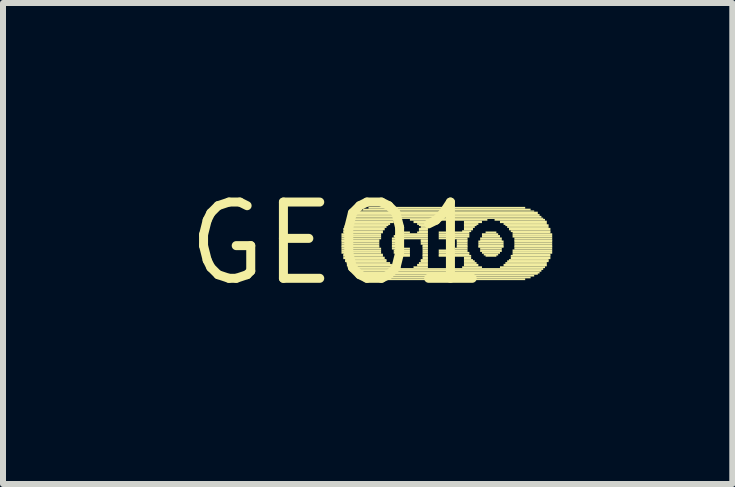
<source format=kicad_pcb>
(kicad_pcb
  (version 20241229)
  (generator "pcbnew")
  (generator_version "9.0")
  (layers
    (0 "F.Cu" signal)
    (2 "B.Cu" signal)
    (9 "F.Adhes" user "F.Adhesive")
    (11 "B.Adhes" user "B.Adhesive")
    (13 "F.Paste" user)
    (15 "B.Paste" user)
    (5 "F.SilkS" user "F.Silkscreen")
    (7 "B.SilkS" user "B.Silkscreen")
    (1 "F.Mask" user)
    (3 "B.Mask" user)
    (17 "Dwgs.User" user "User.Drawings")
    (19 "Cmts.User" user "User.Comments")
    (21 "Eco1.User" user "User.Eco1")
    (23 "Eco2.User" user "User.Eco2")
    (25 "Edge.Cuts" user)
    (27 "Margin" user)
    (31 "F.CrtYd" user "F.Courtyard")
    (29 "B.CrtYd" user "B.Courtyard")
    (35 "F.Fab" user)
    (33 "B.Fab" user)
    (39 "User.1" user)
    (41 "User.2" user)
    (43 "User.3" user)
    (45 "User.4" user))
  (footprint "GEO1"
    (layer "F.Cu")
    (at 2.578 1.006)
    (property "Reference" "GEO1" (at 0 0 0) (layer "F.SilkS") (effects (font (size 1.27 1.27) (thickness 0.15))))
    (fp_poly (pts (xy 0.06 -0.14) (xy 0.72 -0.14) (xy 0.72 -0.17) (xy 0.06 -0.17)) (stroke (width 0) (type default)) (fill yes) (layer "F.SilkS"))
    (fp_poly (pts (xy 0.06 -0.1) (xy 0.72 -0.1) (xy 0.72 -0.14) (xy 0.06 -0.14)) (stroke (width 0) (type default)) (fill yes) (layer "F.SilkS"))
    (fp_poly (pts (xy 0.06 -0.07) (xy 0.72 -0.07) (xy 0.72 -0.1) (xy 0.06 -0.1)) (stroke (width 0) (type default)) (fill yes) (layer "F.SilkS"))
    (fp_poly (pts (xy 0.06 -0.04) (xy 0.69 -0.04) (xy 0.69 -0.07) (xy 0.06 -0.07)) (stroke (width 0) (type default)) (fill yes) (layer "F.SilkS"))
    (fp_poly (pts (xy 0.06 -0.02) (xy 0.69 -0.02) (xy 0.69 -0.05) (xy 0.06 -0.05)) (stroke (width 0) (type default)) (fill yes) (layer "F.SilkS"))
    (fp_poly (pts (xy 0.06 0.02) (xy 0.69 0.02) (xy 0.69 -0.02) (xy 0.06 -0.02)) (stroke (width 0) (type default)) (fill yes) (layer "F.SilkS"))
    (fp_poly (pts (xy 0.06 0.05) (xy 0.69 0.05) (xy 0.69 0.02) (xy 0.06 0.02)) (stroke (width 0) (type default)) (fill yes) (layer "F.SilkS"))
    (fp_poly (pts (xy 0.06 0.07) (xy 0.69 0.07) (xy 0.69 0.04) (xy 0.06 0.04)) (stroke (width 0) (type default)) (fill yes) (layer "F.SilkS"))
    (fp_poly (pts (xy 0.06 0.1) (xy 0.72 0.1) (xy 0.72 0.07) (xy 0.06 0.07)) (stroke (width 0) (type default)) (fill yes) (layer "F.SilkS"))
    (fp_poly (pts (xy 0.06 0.14) (xy 0.72 0.14) (xy 0.72 0.1) (xy 0.06 0.1)) (stroke (width 0) (type default)) (fill yes) (layer "F.SilkS"))
    (fp_poly (pts (xy 0.06 0.17) (xy 0.72 0.17) (xy 0.72 0.14) (xy 0.06 0.14)) (stroke (width 0) (type default)) (fill yes) (layer "F.SilkS"))
    (fp_poly (pts (xy 0.09 -0.22) (xy 0.78 -0.22) (xy 0.78 -0.26) (xy 0.09 -0.26)) (stroke (width 0) (type default)) (fill yes) (layer "F.SilkS"))
    (fp_poly (pts (xy 0.09 -0.19) (xy 0.75 -0.19) (xy 0.75 -0.22) (xy 0.09 -0.22)) (stroke (width 0) (type default)) (fill yes) (layer "F.SilkS"))
    (fp_poly (pts (xy 0.09 -0.17) (xy 0.75 -0.17) (xy 0.75 -0.2) (xy 0.09 -0.2)) (stroke (width 0) (type default)) (fill yes) (layer "F.SilkS"))
    (fp_poly (pts (xy 0.09 0.2) (xy 0.75 0.2) (xy 0.75 0.17) (xy 0.09 0.17)) (stroke (width 0) (type default)) (fill yes) (layer "F.SilkS"))
    (fp_poly (pts (xy 0.09 0.22) (xy 0.75 0.22) (xy 0.75 0.19) (xy 0.09 0.19)) (stroke (width 0) (type default)) (fill yes) (layer "F.SilkS"))
    (fp_poly (pts (xy 0.09 0.26) (xy 0.78 0.26) (xy 0.78 0.22) (xy 0.09 0.22)) (stroke (width 0) (type default)) (fill yes) (layer "F.SilkS"))
    (fp_poly (pts (xy 0.12 -0.29) (xy 0.84 -0.29) (xy 0.84 -0.32) (xy 0.12 -0.32)) (stroke (width 0) (type default)) (fill yes) (layer "F.SilkS"))
    (fp_poly (pts (xy 0.12 -0.26) (xy 0.81 -0.26) (xy 0.81 -0.29) (xy 0.12 -0.29)) (stroke (width 0) (type default)) (fill yes) (layer "F.SilkS"))
    (fp_poly (pts (xy 0.12 0.29) (xy 0.81 0.29) (xy 0.81 0.26) (xy 0.12 0.26)) (stroke (width 0) (type default)) (fill yes) (layer "F.SilkS"))
    (fp_poly (pts (xy 0.12 0.31) (xy 0.81 0.31) (xy 0.81 0.28) (xy 0.12 0.28)) (stroke (width 0) (type default)) (fill yes) (layer "F.SilkS"))
    (fp_poly (pts (xy 0.15 -0.34) (xy 0.93 -0.34) (xy 0.93 -0.38) (xy 0.15 -0.38)) (stroke (width 0) (type default)) (fill yes) (layer "F.SilkS"))
    (fp_poly (pts (xy 0.15 -0.31) (xy 0.87 -0.31) (xy 0.87 -0.34) (xy 0.15 -0.34)) (stroke (width 0) (type default)) (fill yes) (layer "F.SilkS"))
    (fp_poly (pts (xy 0.15 0.34) (xy 0.87 0.34) (xy 0.87 0.31) (xy 0.15 0.31)) (stroke (width 0) (type default)) (fill yes) (layer "F.SilkS"))
    (fp_poly (pts (xy 0.15 0.38) (xy 0.9 0.38) (xy 0.9 0.34) (xy 0.15 0.34)) (stroke (width 0) (type default)) (fill yes) (layer "F.SilkS"))
    (fp_poly (pts (xy 0.18 -0.38) (xy 1.02 -0.38) (xy 1.02 -0.41) (xy 0.18 -0.41)) (stroke (width 0) (type default)) (fill yes) (layer "F.SilkS"))
    (fp_poly (pts (xy 0.18 0.41) (xy 0.96 0.41) (xy 0.96 0.38) (xy 0.18 0.38)) (stroke (width 0) (type default)) (fill yes) (layer "F.SilkS"))
    (fp_poly (pts (xy 0.21 -0.41) (xy 3.42 -0.41) (xy 3.42 -0.43) (xy 0.21 -0.43)) (stroke (width 0) (type default)) (fill yes) (layer "F.SilkS"))
    (fp_poly (pts (xy 0.21 0.44) (xy 3.42 0.44) (xy 3.42 0.41) (xy 0.21 0.41)) (stroke (width 0) (type default)) (fill yes) (layer "F.SilkS"))
    (fp_poly (pts (xy 0.24 -0.43) (xy 3.39 -0.43) (xy 3.39 -0.46) (xy 0.24 -0.46)) (stroke (width 0) (type default)) (fill yes) (layer "F.SilkS"))
    (fp_poly (pts (xy 0.24 0.47) (xy 3.39 0.47) (xy 3.39 0.44) (xy 0.24 0.44)) (stroke (width 0) (type default)) (fill yes) (layer "F.SilkS"))
    (fp_poly (pts (xy 0.27 -0.46) (xy 3.36 -0.46) (xy 3.36 -0.49) (xy 0.27 -0.49)) (stroke (width 0) (type default)) (fill yes) (layer "F.SilkS"))
    (fp_poly (pts (xy 0.27 0.5) (xy 3.36 0.5) (xy 3.36 0.47) (xy 0.27 0.47)) (stroke (width 0) (type default)) (fill yes) (layer "F.SilkS"))
    (fp_poly (pts (xy 0.3 -0.49) (xy 3.33 -0.49) (xy 3.33 -0.53) (xy 0.3 -0.53)) (stroke (width 0) (type default)) (fill yes) (layer "F.SilkS"))
    (fp_poly (pts (xy 0.3 0.52) (xy 3.33 0.52) (xy 3.33 0.49) (xy 0.3 0.49)) (stroke (width 0) (type default)) (fill yes) (layer "F.SilkS"))
    (fp_poly (pts (xy 0.36 -0.53) (xy 3.27 -0.53) (xy 3.27 -0.55) (xy 0.36 -0.55)) (stroke (width 0) (type default)) (fill yes) (layer "F.SilkS"))
    (fp_poly (pts (xy 0.36 0.55) (xy 3.27 0.55) (xy 3.27 0.52) (xy 0.36 0.52)) (stroke (width 0) (type default)) (fill yes) (layer "F.SilkS"))
    (fp_poly (pts (xy 0.42 -0.55) (xy 3.21 -0.55) (xy 3.21 -0.58) (xy 0.42 -0.58)) (stroke (width 0) (type default)) (fill yes) (layer "F.SilkS"))
    (fp_poly (pts (xy 0.42 0.58) (xy 3.21 0.58) (xy 3.21 0.55) (xy 0.42 0.55)) (stroke (width 0) (type default)) (fill yes) (layer "F.SilkS"))
    (fp_poly (pts (xy 0.51 -0.58) (xy 3.12 -0.58) (xy 3.12 -0.61) (xy 0.51 -0.61)) (stroke (width 0) (type default)) (fill yes) (layer "F.SilkS"))
    (fp_poly (pts (xy 0.51 0.61) (xy 3.12 0.61) (xy 3.12 0.58) (xy 0.51 0.58)) (stroke (width 0) (type default)) (fill yes) (layer "F.SilkS"))
    (fp_poly (pts (xy 0.9 -0.07) (xy 1.5 -0.07) (xy 1.5 -0.1) (xy 0.9 -0.1)) (stroke (width 0) (type default)) (fill yes) (layer "F.SilkS"))
    (fp_poly (pts (xy 0.9 -0.04) (xy 1.08 -0.04) (xy 1.08 -0.07) (xy 0.9 -0.07)) (stroke (width 0) (type default)) (fill yes) (layer "F.SilkS"))
    (fp_poly (pts (xy 0.9 -0.02) (xy 1.05 -0.02) (xy 1.05 -0.05) (xy 0.9 -0.05)) (stroke (width 0) (type default)) (fill yes) (layer "F.SilkS"))
    (fp_poly (pts (xy 0.9 0.02) (xy 1.05 0.02) (xy 1.05 -0.02) (xy 0.9 -0.02)) (stroke (width 0) (type default)) (fill yes) (layer "F.SilkS"))
    (fp_poly (pts (xy 0.9 0.05) (xy 1.05 0.05) (xy 1.05 0.02) (xy 0.9 0.02)) (stroke (width 0) (type default)) (fill yes) (layer "F.SilkS"))
    (fp_poly (pts (xy 0.9 0.07) (xy 1.05 0.07) (xy 1.05 0.04) (xy 0.9 0.04)) (stroke (width 0) (type default)) (fill yes) (layer "F.SilkS"))
    (fp_poly (pts (xy 0.9 0.1) (xy 1.2 0.1) (xy 1.2 0.07) (xy 0.9 0.07)) (stroke (width 0) (type default)) (fill yes) (layer "F.SilkS"))
    (fp_poly (pts (xy 0.93 -0.1) (xy 1.5 -0.1) (xy 1.5 -0.14) (xy 0.93 -0.14)) (stroke (width 0) (type default)) (fill yes) (layer "F.SilkS"))
    (fp_poly (pts (xy 0.93 0.14) (xy 1.2 0.14) (xy 1.2 0.1) (xy 0.93 0.1)) (stroke (width 0) (type default)) (fill yes) (layer "F.SilkS"))
    (fp_poly (pts (xy 0.93 0.17) (xy 1.2 0.17) (xy 1.2 0.14) (xy 0.93 0.14)) (stroke (width 0) (type default)) (fill yes) (layer "F.SilkS"))
    (fp_poly (pts (xy 0.96 -0.14) (xy 1.5 -0.14) (xy 1.5 -0.17) (xy 0.96 -0.17)) (stroke (width 0) (type default)) (fill yes) (layer "F.SilkS"))
    (fp_poly (pts (xy 0.96 0.2) (xy 1.2 0.2) (xy 1.2 0.17) (xy 0.96 0.17)) (stroke (width 0) (type default)) (fill yes) (layer "F.SilkS"))
    (fp_poly (pts (xy 0.99 -0.17) (xy 1.2 -0.17) (xy 1.2 -0.2) (xy 0.99 -0.2)) (stroke (width 0) (type default)) (fill yes) (layer "F.SilkS"))
    (fp_poly (pts (xy 1.02 0.22) (xy 1.2 0.22) (xy 1.2 0.19) (xy 1.02 0.19)) (stroke (width 0) (type default)) (fill yes) (layer "F.SilkS"))
    (fp_poly (pts (xy 1.2 -0.38) (xy 2.49 -0.38) (xy 2.49 -0.41) (xy 1.2 -0.41)) (stroke (width 0) (type default)) (fill yes) (layer "F.SilkS"))
    (fp_poly (pts (xy 1.26 -0.34) (xy 1.5 -0.34) (xy 1.5 -0.38) (xy 1.26 -0.38)) (stroke (width 0) (type default)) (fill yes) (layer "F.SilkS"))
    (fp_poly (pts (xy 1.26 0.41) (xy 1.5 0.41) (xy 1.5 0.38) (xy 1.26 0.38)) (stroke (width 0) (type default)) (fill yes) (layer "F.SilkS"))
    (fp_poly (pts (xy 1.32 -0.31) (xy 1.5 -0.31) (xy 1.5 -0.34) (xy 1.32 -0.34)) (stroke (width 0) (type default)) (fill yes) (layer "F.SilkS"))
    (fp_poly (pts (xy 1.32 -0.17) (xy 1.5 -0.17) (xy 1.5 -0.2) (xy 1.32 -0.2)) (stroke (width 0) (type default)) (fill yes) (layer "F.SilkS"))
    (fp_poly (pts (xy 1.32 0.38) (xy 1.5 0.38) (xy 1.5 0.34) (xy 1.32 0.34)) (stroke (width 0) (type default)) (fill yes) (layer "F.SilkS"))
    (fp_poly (pts (xy 1.35 -0.29) (xy 1.5 -0.29) (xy 1.5 -0.32) (xy 1.35 -0.32)) (stroke (width 0) (type default)) (fill yes) (layer "F.SilkS"))
    (fp_poly (pts (xy 1.35 -0.22) (xy 1.5 -0.22) (xy 1.5 -0.26) (xy 1.35 -0.26)) (stroke (width 0) (type default)) (fill yes) (layer "F.SilkS"))
    (fp_poly (pts (xy 1.35 -0.19) (xy 1.5 -0.19) (xy 1.5 -0.22) (xy 1.35 -0.22)) (stroke (width 0) (type default)) (fill yes) (layer "F.SilkS"))
    (fp_poly (pts (xy 1.35 0.34) (xy 1.5 0.34) (xy 1.5 0.31) (xy 1.35 0.31)) (stroke (width 0) (type default)) (fill yes) (layer "F.SilkS"))
    (fp_poly (pts (xy 1.38 -0.26) (xy 1.5 -0.26) (xy 1.5 -0.29) (xy 1.38 -0.29)) (stroke (width 0) (type default)) (fill yes) (layer "F.SilkS"))
    (fp_poly (pts (xy 1.38 -0.04) (xy 1.5 -0.04) (xy 1.5 -0.07) (xy 1.38 -0.07)) (stroke (width 0) (type default)) (fill yes) (layer "F.SilkS"))
    (fp_poly (pts (xy 1.38 -0.02) (xy 1.5 -0.02) (xy 1.5 -0.05) (xy 1.38 -0.05)) (stroke (width 0) (type default)) (fill yes) (layer "F.SilkS"))
    (fp_poly (pts (xy 1.38 0.02) (xy 1.5 0.02) (xy 1.5 -0.02) (xy 1.38 -0.02)) (stroke (width 0) (type default)) (fill yes) (layer "F.SilkS"))
    (fp_poly (pts (xy 1.38 0.29) (xy 1.5 0.29) (xy 1.5 0.26) (xy 1.38 0.26)) (stroke (width 0) (type default)) (fill yes) (layer "F.SilkS"))
    (fp_poly (pts (xy 1.38 0.31) (xy 1.5 0.31) (xy 1.5 0.28) (xy 1.38 0.28)) (stroke (width 0) (type default)) (fill yes) (layer "F.SilkS"))
    (fp_poly (pts (xy 1.41 0.05) (xy 1.5 0.05) (xy 1.5 0.02) (xy 1.41 0.02)) (stroke (width 0) (type default)) (fill yes) (layer "F.SilkS"))
    (fp_poly (pts (xy 1.41 0.07) (xy 1.5 0.07) (xy 1.5 0.04) (xy 1.41 0.04)) (stroke (width 0) (type default)) (fill yes) (layer "F.SilkS"))
    (fp_poly (pts (xy 1.41 0.1) (xy 1.5 0.1) (xy 1.5 0.07) (xy 1.41 0.07)) (stroke (width 0) (type default)) (fill yes) (layer "F.SilkS"))
    (fp_poly (pts (xy 1.41 0.14) (xy 1.5 0.14) (xy 1.5 0.1) (xy 1.41 0.1)) (stroke (width 0) (type default)) (fill yes) (layer "F.SilkS"))
    (fp_poly (pts (xy 1.41 0.17) (xy 1.5 0.17) (xy 1.5 0.14) (xy 1.41 0.14)) (stroke (width 0) (type default)) (fill yes) (layer "F.SilkS"))
    (fp_poly (pts (xy 1.41 0.2) (xy 1.5 0.2) (xy 1.5 0.17) (xy 1.41 0.17)) (stroke (width 0) (type default)) (fill yes) (layer "F.SilkS"))
    (fp_poly (pts (xy 1.41 0.22) (xy 1.5 0.22) (xy 1.5 0.19) (xy 1.41 0.19)) (stroke (width 0) (type default)) (fill yes) (layer "F.SilkS"))
    (fp_poly (pts (xy 1.41 0.26) (xy 1.5 0.26) (xy 1.5 0.22) (xy 1.41 0.22)) (stroke (width 0) (type default)) (fill yes) (layer "F.SilkS"))
    (fp_poly (pts (xy 1.68 -0.17) (xy 2.19 -0.17) (xy 2.19 -0.2) (xy 1.68 -0.2)) (stroke (width 0) (type default)) (fill yes) (layer "F.SilkS"))
    (fp_poly (pts (xy 1.68 -0.14) (xy 2.19 -0.14) (xy 2.19 -0.17) (xy 1.68 -0.17)) (stroke (width 0) (type default)) (fill yes) (layer "F.SilkS"))
    (fp_poly (pts (xy 1.68 -0.1) (xy 2.19 -0.1) (xy 2.19 -0.14) (xy 1.68 -0.14)) (stroke (width 0) (type default)) (fill yes) (layer "F.SilkS"))
    (fp_poly (pts (xy 1.68 -0.07) (xy 2.16 -0.07) (xy 2.16 -0.1) (xy 1.68 -0.1)) (stroke (width 0) (type default)) (fill yes) (layer "F.SilkS"))
    (fp_poly (pts (xy 1.68 0.14) (xy 2.16 0.14) (xy 2.16 0.1) (xy 1.68 0.1)) (stroke (width 0) (type default)) (fill yes) (layer "F.SilkS"))
    (fp_poly (pts (xy 1.68 0.17) (xy 2.19 0.17) (xy 2.19 0.14) (xy 1.68 0.14)) (stroke (width 0) (type default)) (fill yes) (layer "F.SilkS"))
    (fp_poly (pts (xy 1.68 0.2) (xy 2.19 0.2) (xy 2.19 0.17) (xy 1.68 0.17)) (stroke (width 0) (type default)) (fill yes) (layer "F.SilkS"))
    (fp_poly (pts (xy 1.68 0.22) (xy 2.22 0.22) (xy 2.22 0.19) (xy 1.68 0.19)) (stroke (width 0) (type default)) (fill yes) (layer "F.SilkS"))
    (fp_poly (pts (xy 1.95 0.1) (xy 2.16 0.1) (xy 2.16 0.07) (xy 1.95 0.07)) (stroke (width 0) (type default)) (fill yes) (layer "F.SilkS"))
    (fp_poly (pts (xy 1.98 -0.04) (xy 2.16 -0.04) (xy 2.16 -0.07) (xy 1.98 -0.07)) (stroke (width 0) (type default)) (fill yes) (layer "F.SilkS"))
    (fp_poly (pts (xy 1.98 -0.02) (xy 2.16 -0.02) (xy 2.16 -0.05) (xy 1.98 -0.05)) (stroke (width 0) (type default)) (fill yes) (layer "F.SilkS"))
    (fp_poly (pts (xy 1.98 0.02) (xy 2.16 0.02) (xy 2.16 -0.02) (xy 1.98 -0.02)) (stroke (width 0) (type default)) (fill yes) (layer "F.SilkS"))
    (fp_poly (pts (xy 1.98 0.05) (xy 2.16 0.05) (xy 2.16 0.02) (xy 1.98 0.02)) (stroke (width 0) (type default)) (fill yes) (layer "F.SilkS"))
    (fp_poly (pts (xy 1.98 0.07) (xy 2.16 0.07) (xy 2.16 0.04) (xy 1.98 0.04)) (stroke (width 0) (type default)) (fill yes) (layer "F.SilkS"))
    (fp_poly (pts (xy 2.07 -0.19) (xy 2.22 -0.19) (xy 2.22 -0.22) (xy 2.07 -0.22)) (stroke (width 0) (type default)) (fill yes) (layer "F.SilkS"))
    (fp_poly (pts (xy 2.07 0.41) (xy 2.4 0.41) (xy 2.4 0.38) (xy 2.07 0.38)) (stroke (width 0) (type default)) (fill yes) (layer "F.SilkS"))
    (fp_poly (pts (xy 2.1 -0.34) (xy 2.4 -0.34) (xy 2.4 -0.38) (xy 2.1 -0.38)) (stroke (width 0) (type default)) (fill yes) (layer "F.SilkS"))
    (fp_poly (pts (xy 2.1 -0.31) (xy 2.34 -0.31) (xy 2.34 -0.34) (xy 2.1 -0.34)) (stroke (width 0) (type default)) (fill yes) (layer "F.SilkS"))
    (fp_poly (pts (xy 2.1 -0.29) (xy 2.31 -0.29) (xy 2.31 -0.32) (xy 2.1 -0.32)) (stroke (width 0) (type default)) (fill yes) (layer "F.SilkS"))
    (fp_poly (pts (xy 2.1 -0.26) (xy 2.28 -0.26) (xy 2.28 -0.29) (xy 2.1 -0.29)) (stroke (width 0) (type default)) (fill yes) (layer "F.SilkS"))
    (fp_poly (pts (xy 2.1 -0.22) (xy 2.25 -0.22) (xy 2.25 -0.26) (xy 2.1 -0.26)) (stroke (width 0) (type default)) (fill yes) (layer "F.SilkS"))
    (fp_poly (pts (xy 2.1 0.26) (xy 2.22 0.26) (xy 2.22 0.22) (xy 2.1 0.22)) (stroke (width 0) (type default)) (fill yes) (layer "F.SilkS"))
    (fp_poly (pts (xy 2.1 0.29) (xy 2.25 0.29) (xy 2.25 0.26) (xy 2.1 0.26)) (stroke (width 0) (type default)) (fill yes) (layer "F.SilkS"))
    (fp_poly (pts (xy 2.1 0.31) (xy 2.28 0.31) (xy 2.28 0.28) (xy 2.1 0.28)) (stroke (width 0) (type default)) (fill yes) (layer "F.SilkS"))
    (fp_poly (pts (xy 2.1 0.34) (xy 2.31 0.34) (xy 2.31 0.31) (xy 2.1 0.31)) (stroke (width 0) (type default)) (fill yes) (layer "F.SilkS"))
    (fp_poly (pts (xy 2.1 0.38) (xy 2.34 0.38) (xy 2.34 0.34) (xy 2.1 0.34)) (stroke (width 0) (type default)) (fill yes) (layer "F.SilkS"))
    (fp_poly (pts (xy 2.34 -0.02) (xy 2.76 -0.02) (xy 2.76 -0.05) (xy 2.34 -0.05)) (stroke (width 0) (type default)) (fill yes) (layer "F.SilkS"))
    (fp_poly (pts (xy 2.34 0.02) (xy 2.76 0.02) (xy 2.76 -0.02) (xy 2.34 -0.02)) (stroke (width 0) (type default)) (fill yes) (layer "F.SilkS"))
    (fp_poly (pts (xy 2.34 0.05) (xy 2.76 0.05) (xy 2.76 0.02) (xy 2.34 0.02)) (stroke (width 0) (type default)) (fill yes) (layer "F.SilkS"))
    (fp_poly (pts (xy 2.34 0.07) (xy 2.76 0.07) (xy 2.76 0.04) (xy 2.34 0.04)) (stroke (width 0) (type default)) (fill yes) (layer "F.SilkS"))
    (fp_poly (pts (xy 2.37 -0.07) (xy 2.73 -0.07) (xy 2.73 -0.1) (xy 2.37 -0.1)) (stroke (width 0) (type default)) (fill yes) (layer "F.SilkS"))
    (fp_poly (pts (xy 2.37 -0.04) (xy 2.73 -0.04) (xy 2.73 -0.07) (xy 2.37 -0.07)) (stroke (width 0) (type default)) (fill yes) (layer "F.SilkS"))
    (fp_poly (pts (xy 2.37 0.1) (xy 2.73 0.1) (xy 2.73 0.07) (xy 2.37 0.07)) (stroke (width 0) (type default)) (fill yes) (layer "F.SilkS"))
    (fp_poly (pts (xy 2.37 0.14) (xy 2.73 0.14) (xy 2.73 0.1) (xy 2.37 0.1)) (stroke (width 0) (type default)) (fill yes) (layer "F.SilkS"))
    (fp_poly (pts (xy 2.4 -0.14) (xy 2.67 -0.14) (xy 2.67 -0.17) (xy 2.4 -0.17)) (stroke (width 0) (type default)) (fill yes) (layer "F.SilkS"))
    (fp_poly (pts (xy 2.4 -0.1) (xy 2.7 -0.1) (xy 2.7 -0.14) (xy 2.4 -0.14)) (stroke (width 0) (type default)) (fill yes) (layer "F.SilkS"))
    (fp_poly (pts (xy 2.4 0.17) (xy 2.7 0.17) (xy 2.7 0.14) (xy 2.4 0.14)) (stroke (width 0) (type default)) (fill yes) (layer "F.SilkS"))
    (fp_poly (pts (xy 2.43 0.2) (xy 2.67 0.2) (xy 2.67 0.17) (xy 2.43 0.17)) (stroke (width 0) (type default)) (fill yes) (layer "F.SilkS"))
    (fp_poly (pts (xy 2.46 -0.17) (xy 2.64 -0.17) (xy 2.64 -0.2) (xy 2.46 -0.2)) (stroke (width 0) (type default)) (fill yes) (layer "F.SilkS"))
    (fp_poly (pts (xy 2.46 0.22) (xy 2.64 0.22) (xy 2.64 0.19) (xy 2.46 0.19)) (stroke (width 0) (type default)) (fill yes) (layer "F.SilkS"))
    (fp_poly (pts (xy 2.61 -0.38) (xy 3.45 -0.38) (xy 3.45 -0.41) (xy 2.61 -0.41)) (stroke (width 0) (type default)) (fill yes) (layer "F.SilkS"))
    (fp_poly (pts (xy 2.7 -0.34) (xy 3.48 -0.34) (xy 3.48 -0.38) (xy 2.7 -0.38)) (stroke (width 0) (type default)) (fill yes) (layer "F.SilkS"))
    (fp_poly (pts (xy 2.7 0.41) (xy 3.45 0.41) (xy 3.45 0.38) (xy 2.7 0.38)) (stroke (width 0) (type default)) (fill yes) (layer "F.SilkS"))
    (fp_poly (pts (xy 2.76 -0.31) (xy 3.48 -0.31) (xy 3.48 -0.34) (xy 2.76 -0.34)) (stroke (width 0) (type default)) (fill yes) (layer "F.SilkS"))
    (fp_poly (pts (xy 2.76 0.38) (xy 3.48 0.38) (xy 3.48 0.34) (xy 2.76 0.34)) (stroke (width 0) (type default)) (fill yes) (layer "F.SilkS"))
    (fp_poly (pts (xy 2.79 -0.29) (xy 3.51 -0.29) (xy 3.51 -0.32) (xy 2.79 -0.32)) (stroke (width 0) (type default)) (fill yes) (layer "F.SilkS"))
    (fp_poly (pts (xy 2.79 0.34) (xy 3.48 0.34) (xy 3.48 0.31) (xy 2.79 0.31)) (stroke (width 0) (type default)) (fill yes) (layer "F.SilkS"))
    (fp_poly (pts (xy 2.82 -0.26) (xy 3.51 -0.26) (xy 3.51 -0.29) (xy 2.82 -0.29)) (stroke (width 0) (type default)) (fill yes) (layer "F.SilkS"))
    (fp_poly (pts (xy 2.82 0.31) (xy 3.51 0.31) (xy 3.51 0.28) (xy 2.82 0.28)) (stroke (width 0) (type default)) (fill yes) (layer "F.SilkS"))
    (fp_poly (pts (xy 2.85 -0.22) (xy 3.54 -0.22) (xy 3.54 -0.26) (xy 2.85 -0.26)) (stroke (width 0) (type default)) (fill yes) (layer "F.SilkS"))
    (fp_poly (pts (xy 2.85 0.29) (xy 3.51 0.29) (xy 3.51 0.26) (xy 2.85 0.26)) (stroke (width 0) (type default)) (fill yes) (layer "F.SilkS"))
    (fp_poly (pts (xy 2.88 -0.19) (xy 3.54 -0.19) (xy 3.54 -0.22) (xy 2.88 -0.22)) (stroke (width 0) (type default)) (fill yes) (layer "F.SilkS"))
    (fp_poly (pts (xy 2.88 0.22) (xy 3.54 0.22) (xy 3.54 0.19) (xy 2.88 0.19)) (stroke (width 0) (type default)) (fill yes) (layer "F.SilkS"))
    (fp_poly (pts (xy 2.88 0.26) (xy 3.54 0.26) (xy 3.54 0.22) (xy 2.88 0.22)) (stroke (width 0) (type default)) (fill yes) (layer "F.SilkS"))
    (fp_poly (pts (xy 2.91 -0.17) (xy 3.54 -0.17) (xy 3.54 -0.2) (xy 2.91 -0.2)) (stroke (width 0) (type default)) (fill yes) (layer "F.SilkS"))
    (fp_poly (pts (xy 2.91 -0.14) (xy 3.57 -0.14) (xy 3.57 -0.17) (xy 2.91 -0.17)) (stroke (width 0) (type default)) (fill yes) (layer "F.SilkS"))
    (fp_poly (pts (xy 2.91 -0.1) (xy 3.57 -0.1) (xy 3.57 -0.14) (xy 2.91 -0.14)) (stroke (width 0) (type default)) (fill yes) (layer "F.SilkS"))
    (fp_poly (pts (xy 2.91 0.14) (xy 3.57 0.14) (xy 3.57 0.1) (xy 2.91 0.1)) (stroke (width 0) (type default)) (fill yes) (layer "F.SilkS"))
    (fp_poly (pts (xy 2.91 0.17) (xy 3.57 0.17) (xy 3.57 0.14) (xy 2.91 0.14)) (stroke (width 0) (type default)) (fill yes) (layer "F.SilkS"))
    (fp_poly (pts (xy 2.91 0.2) (xy 3.54 0.2) (xy 3.54 0.17) (xy 2.91 0.17)) (stroke (width 0) (type default)) (fill yes) (layer "F.SilkS"))
    (fp_poly (pts (xy 2.94 -0.07) (xy 3.57 -0.07) (xy 3.57 -0.1) (xy 2.94 -0.1)) (stroke (width 0) (type default)) (fill yes) (layer "F.SilkS"))
    (fp_poly (pts (xy 2.94 -0.04) (xy 3.57 -0.04) (xy 3.57 -0.07) (xy 2.94 -0.07)) (stroke (width 0) (type default)) (fill yes) (layer "F.SilkS"))
    (fp_poly (pts (xy 2.94 -0.02) (xy 3.57 -0.02) (xy 3.57 -0.05) (xy 2.94 -0.05)) (stroke (width 0) (type default)) (fill yes) (layer "F.SilkS"))
    (fp_poly (pts (xy 2.94 0.02) (xy 3.57 0.02) (xy 3.57 -0.02) (xy 2.94 -0.02)) (stroke (width 0) (type default)) (fill yes) (layer "F.SilkS"))
    (fp_poly (pts (xy 2.94 0.05) (xy 3.57 0.05) (xy 3.57 0.02) (xy 2.94 0.02)) (stroke (width 0) (type default)) (fill yes) (layer "F.SilkS"))
    (fp_poly (pts (xy 2.94 0.07) (xy 3.57 0.07) (xy 3.57 0.04) (xy 2.94 0.04)) (stroke (width 0) (type default)) (fill yes) (layer "F.SilkS"))
    (fp_poly (pts (xy 2.94 0.1) (xy 3.57 0.1) (xy 3.57 0.07) (xy 2.94 0.07)) (stroke (width 0) (type default)) (fill yes) (layer "F.SilkS")))
  (gr_rect
    (start -3 -3)
    (end 9.148 5.012)
    (stroke (width 0.1) (type default))
    (fill no)
    (layer "Edge.Cuts")))
</source>
